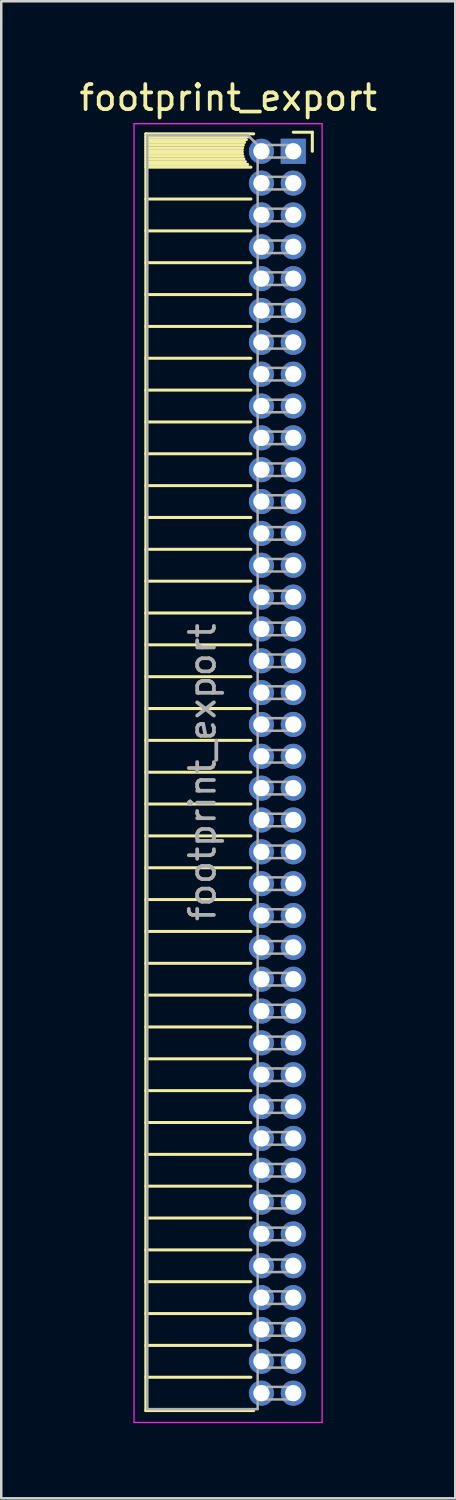
<source format=kicad_pcb>
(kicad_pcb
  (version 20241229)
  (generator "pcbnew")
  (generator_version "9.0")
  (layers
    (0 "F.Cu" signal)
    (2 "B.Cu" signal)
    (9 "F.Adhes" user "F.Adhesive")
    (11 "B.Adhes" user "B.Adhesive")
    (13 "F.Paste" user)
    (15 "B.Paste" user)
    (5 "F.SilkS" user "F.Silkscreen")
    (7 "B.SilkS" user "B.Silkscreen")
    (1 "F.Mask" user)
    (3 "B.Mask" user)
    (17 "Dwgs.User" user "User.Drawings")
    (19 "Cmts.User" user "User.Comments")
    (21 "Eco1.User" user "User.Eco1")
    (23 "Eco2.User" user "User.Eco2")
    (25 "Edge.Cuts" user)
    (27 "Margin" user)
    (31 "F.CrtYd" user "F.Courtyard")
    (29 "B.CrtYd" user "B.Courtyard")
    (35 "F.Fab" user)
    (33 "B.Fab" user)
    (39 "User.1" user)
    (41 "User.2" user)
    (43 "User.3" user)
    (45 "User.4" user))
  (footprint "footprint_export"
    (layer "F.Cu")
    (at 8.646 2.983)
    (property "Reference" "footprint_export" (at -2.592 -2.135 0) (layer "F.SilkS") (effects (font (size 1 1) (thickness 0.15))))
    (attr through_hole)
    (fp_line (start -5.88 -0.695) (end -5.88 50.225) (stroke (width 0.12) (type solid)) (layer "F.SilkS"))
    (fp_line (start -5.88 -0.695) (end -1.578 -0.695) (stroke (width 0.12) (type solid)) (layer "F.SilkS"))
    (fp_line (start -5.88 -0.575) (end -1.767 -0.575) (stroke (width 0.12) (type solid)) (layer "F.SilkS"))
    (fp_line (start -5.88 -0.465) (end -1.871 -0.465) (stroke (width 0.12) (type solid)) (layer "F.SilkS"))
    (fp_line (start -5.88 -0.355) (end -1.942 -0.355) (stroke (width 0.12) (type solid)) (layer "F.SilkS"))
    (fp_line (start -5.88 -0.245) (end -1.989 -0.245) (stroke (width 0.12) (type solid)) (layer "F.SilkS"))
    (fp_line (start -5.88 -0.135) (end -2.018 -0.135) (stroke (width 0.12) (type solid)) (layer "F.SilkS"))
    (fp_line (start -5.88 -0.025) (end -2.03 -0.025) (stroke (width 0.12) (type solid)) (layer "F.SilkS"))
    (fp_line (start -5.88 0.085) (end -2.025 0.085) (stroke (width 0.12) (type solid)) (layer "F.SilkS"))
    (fp_line (start -5.88 0.195) (end -2.005 0.195) (stroke (width 0.12) (type solid)) (layer "F.SilkS"))
    (fp_line (start -5.88 0.305) (end -1.966 0.305) (stroke (width 0.12) (type solid)) (layer "F.SilkS"))
    (fp_line (start -5.88 0.415) (end -1.907 0.415) (stroke (width 0.12) (type solid)) (layer "F.SilkS"))
    (fp_line (start -5.88 0.525) (end -1.82 0.525) (stroke (width 0.12) (type solid)) (layer "F.SilkS"))
    (fp_line (start -5.88 0.635) (end -1.688 0.635) (stroke (width 0.12) (type solid)) (layer "F.SilkS"))
    (fp_line (start -5.88 1.905) (end -1.688 1.905) (stroke (width 0.12) (type solid)) (layer "F.SilkS"))
    (fp_line (start -5.88 3.175) (end -1.688 3.175) (stroke (width 0.12) (type solid)) (layer "F.SilkS"))
    (fp_line (start -5.88 4.445) (end -1.688 4.445) (stroke (width 0.12) (type solid)) (layer "F.SilkS"))
    (fp_line (start -5.88 5.715) (end -1.688 5.715) (stroke (width 0.12) (type solid)) (layer "F.SilkS"))
    (fp_line (start -5.88 6.985) (end -1.688 6.985) (stroke (width 0.12) (type solid)) (layer "F.SilkS"))
    (fp_line (start -5.88 8.255) (end -1.688 8.255) (stroke (width 0.12) (type solid)) (layer "F.SilkS"))
    (fp_line (start -5.88 9.525) (end -1.688 9.525) (stroke (width 0.12) (type solid)) (layer "F.SilkS"))
    (fp_line (start -5.88 10.795) (end -1.688 10.795) (stroke (width 0.12) (type solid)) (layer "F.SilkS"))
    (fp_line (start -5.88 12.065) (end -1.688 12.065) (stroke (width 0.12) (type solid)) (layer "F.SilkS"))
    (fp_line (start -5.88 13.335) (end -1.688 13.335) (stroke (width 0.12) (type solid)) (layer "F.SilkS"))
    (fp_line (start -5.88 14.605) (end -1.688 14.605) (stroke (width 0.12) (type solid)) (layer "F.SilkS"))
    (fp_line (start -5.88 15.875) (end -1.688 15.875) (stroke (width 0.12) (type solid)) (layer "F.SilkS"))
    (fp_line (start -5.88 17.145) (end -1.688 17.145) (stroke (width 0.12) (type solid)) (layer "F.SilkS"))
    (fp_line (start -5.88 18.415) (end -1.688 18.415) (stroke (width 0.12) (type solid)) (layer "F.SilkS"))
    (fp_line (start -5.88 19.685) (end -1.688 19.685) (stroke (width 0.12) (type solid)) (layer "F.SilkS"))
    (fp_line (start -5.88 20.955) (end -1.688 20.955) (stroke (width 0.12) (type solid)) (layer "F.SilkS"))
    (fp_line (start -5.88 22.225) (end -1.688 22.225) (stroke (width 0.12) (type solid)) (layer "F.SilkS"))
    (fp_line (start -5.88 23.495) (end -1.688 23.495) (stroke (width 0.12) (type solid)) (layer "F.SilkS"))
    (fp_line (start -5.88 24.765) (end -1.688 24.765) (stroke (width 0.12) (type solid)) (layer "F.SilkS"))
    (fp_line (start -5.88 26.035) (end -1.688 26.035) (stroke (width 0.12) (type solid)) (layer "F.SilkS"))
    (fp_line (start -5.88 27.305) (end -1.688 27.305) (stroke (width 0.12) (type solid)) (layer "F.SilkS"))
    (fp_line (start -5.88 28.575) (end -1.688 28.575) (stroke (width 0.12) (type solid)) (layer "F.SilkS"))
    (fp_line (start -5.88 29.845) (end -1.688 29.845) (stroke (width 0.12) (type solid)) (layer "F.SilkS"))
    (fp_line (start -5.88 31.115) (end -1.688 31.115) (stroke (width 0.12) (type solid)) (layer "F.SilkS"))
    (fp_line (start -5.88 32.385) (end -1.688 32.385) (stroke (width 0.12) (type solid)) (layer "F.SilkS"))
    (fp_line (start -5.88 33.655) (end -1.688 33.655) (stroke (width 0.12) (type solid)) (layer "F.SilkS"))
    (fp_line (start -5.88 34.925) (end -1.688 34.925) (stroke (width 0.12) (type solid)) (layer "F.SilkS"))
    (fp_line (start -5.88 36.195) (end -1.688 36.195) (stroke (width 0.12) (type solid)) (layer "F.SilkS"))
    (fp_line (start -5.88 37.465) (end -1.688 37.465) (stroke (width 0.12) (type solid)) (layer "F.SilkS"))
    (fp_line (start -5.88 38.735) (end -1.688 38.735) (stroke (width 0.12) (type solid)) (layer "F.SilkS"))
    (fp_line (start -5.88 40.005) (end -1.688 40.005) (stroke (width 0.12) (type solid)) (layer "F.SilkS"))
    (fp_line (start -5.88 41.275) (end -1.688 41.275) (stroke (width 0.12) (type solid)) (layer "F.SilkS"))
    (fp_line (start -5.88 42.545) (end -1.688 42.545) (stroke (width 0.12) (type solid)) (layer "F.SilkS"))
    (fp_line (start -5.88 43.815) (end -1.688 43.815) (stroke (width 0.12) (type solid)) (layer "F.SilkS"))
    (fp_line (start -5.88 45.085) (end -1.688 45.085) (stroke (width 0.12) (type solid)) (layer "F.SilkS"))
    (fp_line (start -5.88 46.355) (end -1.688 46.355) (stroke (width 0.12) (type solid)) (layer "F.SilkS"))
    (fp_line (start -5.88 47.625) (end -1.688 47.625) (stroke (width 0.12) (type solid)) (layer "F.SilkS"))
    (fp_line (start -5.88 48.895) (end -1.688 48.895) (stroke (width 0.12) (type solid)) (layer "F.SilkS"))
    (fp_line (start -5.88 50.225) (end -1.578 50.225) (stroke (width 0.12) (type solid)) (layer "F.SilkS"))
    (fp_line (start 0 -0.76) (end 0.76 -0.76) (stroke (width 0.12) (type solid)) (layer "F.SilkS"))
    (fp_line (start 0.76 -0.76) (end 0.76 0) (stroke (width 0.12) (type solid)) (layer "F.SilkS"))
    (fp_line (start -6.35 -1.1) (end -6.35 50.7) (stroke (width 0.05) (type solid)) (layer "F.CrtYd"))
    (fp_line (start -6.35 50.7) (end 1.15 50.7) (stroke (width 0.05) (type solid)) (layer "F.CrtYd"))
    (fp_line (start 1.15 -1.1) (end -6.35 -1.1) (stroke (width 0.05) (type solid)) (layer "F.CrtYd"))
    (fp_line (start 1.15 50.7) (end 1.15 -1.1) (stroke (width 0.05) (type solid)) (layer "F.CrtYd"))
    (fp_line (start -5.82 -0.635) (end -1.805 -0.635) (stroke (width 0.1) (type solid)) (layer "F.Fab"))
    (fp_line (start -5.82 50.165) (end -5.82 -0.635) (stroke (width 0.1) (type solid)) (layer "F.Fab"))
    (fp_line (start -1.805 -0.635) (end -1.42 -0.25) (stroke (width 0.1) (type solid)) (layer "F.Fab"))
    (fp_line (start -1.42 -0.25) (end -1.42 50.165) (stroke (width 0.1) (type solid)) (layer "F.Fab"))
    (fp_line (start -1.42 0.25) (end 0 0.25) (stroke (width 0.1) (type solid)) (layer "F.Fab"))
    (fp_line (start -1.42 1.52) (end 0 1.52) (stroke (width 0.1) (type solid)) (layer "F.Fab"))
    (fp_line (start -1.42 2.79) (end 0 2.79) (stroke (width 0.1) (type solid)) (layer "F.Fab"))
    (fp_line (start -1.42 4.06) (end 0 4.06) (stroke (width 0.1) (type solid)) (layer "F.Fab"))
    (fp_line (start -1.42 5.33) (end 0 5.33) (stroke (width 0.1) (type solid)) (layer "F.Fab"))
    (fp_line (start -1.42 6.6) (end 0 6.6) (stroke (width 0.1) (type solid)) (layer "F.Fab"))
    (fp_line (start -1.42 7.87) (end 0 7.87) (stroke (width 0.1) (type solid)) (layer "F.Fab"))
    (fp_line (start -1.42 9.14) (end 0 9.14) (stroke (width 0.1) (type solid)) (layer "F.Fab"))
    (fp_line (start -1.42 10.41) (end 0 10.41) (stroke (width 0.1) (type solid)) (layer "F.Fab"))
    (fp_line (start -1.42 11.68) (end 0 11.68) (stroke (width 0.1) (type solid)) (layer "F.Fab"))
    (fp_line (start -1.42 12.95) (end 0 12.95) (stroke (width 0.1) (type solid)) (layer "F.Fab"))
    (fp_line (start -1.42 14.22) (end 0 14.22) (stroke (width 0.1) (type solid)) (layer "F.Fab"))
    (fp_line (start -1.42 15.49) (end 0 15.49) (stroke (width 0.1) (type solid)) (layer "F.Fab"))
    (fp_line (start -1.42 16.76) (end 0 16.76) (stroke (width 0.1) (type solid)) (layer "F.Fab"))
    (fp_line (start -1.42 18.03) (end 0 18.03) (stroke (width 0.1) (type solid)) (layer "F.Fab"))
    (fp_line (start -1.42 19.3) (end 0 19.3) (stroke (width 0.1) (type solid)) (layer "F.Fab"))
    (fp_line (start -1.42 20.57) (end 0 20.57) (stroke (width 0.1) (type solid)) (layer "F.Fab"))
    (fp_line (start -1.42 21.84) (end 0 21.84) (stroke (width 0.1) (type solid)) (layer "F.Fab"))
    (fp_line (start -1.42 23.11) (end 0 23.11) (stroke (width 0.1) (type solid)) (layer "F.Fab"))
    (fp_line (start -1.42 24.38) (end 0 24.38) (stroke (width 0.1) (type solid)) (layer "F.Fab"))
    (fp_line (start -1.42 25.65) (end 0 25.65) (stroke (width 0.1) (type solid)) (layer "F.Fab"))
    (fp_line (start -1.42 26.92) (end 0 26.92) (stroke (width 0.1) (type solid)) (layer "F.Fab"))
    (fp_line (start -1.42 28.19) (end 0 28.19) (stroke (width 0.1) (type solid)) (layer "F.Fab"))
    (fp_line (start -1.42 29.46) (end 0 29.46) (stroke (width 0.1) (type solid)) (layer "F.Fab"))
    (fp_line (start -1.42 30.73) (end 0 30.73) (stroke (width 0.1) (type solid)) (layer "F.Fab"))
    (fp_line (start -1.42 32) (end 0 32) (stroke (width 0.1) (type solid)) (layer "F.Fab"))
    (fp_line (start -1.42 33.27) (end 0 33.27) (stroke (width 0.1) (type solid)) (layer "F.Fab"))
    (fp_line (start -1.42 34.54) (end 0 34.54) (stroke (width 0.1) (type solid)) (layer "F.Fab"))
    (fp_line (start -1.42 35.81) (end 0 35.81) (stroke (width 0.1) (type solid)) (layer "F.Fab"))
    (fp_line (start -1.42 37.08) (end 0 37.08) (stroke (width 0.1) (type solid)) (layer "F.Fab"))
    (fp_line (start -1.42 38.35) (end 0 38.35) (stroke (width 0.1) (type solid)) (layer "F.Fab"))
    (fp_line (start -1.42 39.62) (end 0 39.62) (stroke (width 0.1) (type solid)) (layer "F.Fab"))
    (fp_line (start -1.42 40.89) (end 0 40.89) (stroke (width 0.1) (type solid)) (layer "F.Fab"))
    (fp_line (start -1.42 42.16) (end 0 42.16) (stroke (width 0.1) (type solid)) (layer "F.Fab"))
    (fp_line (start -1.42 43.43) (end 0 43.43) (stroke (width 0.1) (type solid)) (layer "F.Fab"))
    (fp_line (start -1.42 44.7) (end 0 44.7) (stroke (width 0.1) (type solid)) (layer "F.Fab"))
    (fp_line (start -1.42 45.97) (end 0 45.97) (stroke (width 0.1) (type solid)) (layer "F.Fab"))
    (fp_line (start -1.42 47.24) (end 0 47.24) (stroke (width 0.1) (type solid)) (layer "F.Fab"))
    (fp_line (start -1.42 48.51) (end 0 48.51) (stroke (width 0.1) (type solid)) (layer "F.Fab"))
    (fp_line (start -1.42 49.78) (end 0 49.78) (stroke (width 0.1) (type solid)) (layer "F.Fab"))
    (fp_line (start -1.42 50.165) (end -5.82 50.165) (stroke (width 0.1) (type solid)) (layer "F.Fab"))
    (fp_line (start 0 -0.25) (end -1.42 -0.25) (stroke (width 0.1) (type solid)) (layer "F.Fab"))
    (fp_line (start 0 0.25) (end 0 -0.25) (stroke (width 0.1) (type solid)) (layer "F.Fab"))
    (fp_line (start 0 1.02) (end -1.42 1.02) (stroke (width 0.1) (type solid)) (layer "F.Fab"))
    (fp_line (start 0 1.52) (end 0 1.02) (stroke (width 0.1) (type solid)) (layer "F.Fab"))
    (fp_line (start 0 2.29) (end -1.42 2.29) (stroke (width 0.1) (type solid)) (layer "F.Fab"))
    (fp_line (start 0 2.79) (end 0 2.29) (stroke (width 0.1) (type solid)) (layer "F.Fab"))
    (fp_line (start 0 3.56) (end -1.42 3.56) (stroke (width 0.1) (type solid)) (layer "F.Fab"))
    (fp_line (start 0 4.06) (end 0 3.56) (stroke (width 0.1) (type solid)) (layer "F.Fab"))
    (fp_line (start 0 4.83) (end -1.42 4.83) (stroke (width 0.1) (type solid)) (layer "F.Fab"))
    (fp_line (start 0 5.33) (end 0 4.83) (stroke (width 0.1) (type solid)) (layer "F.Fab"))
    (fp_line (start 0 6.1) (end -1.42 6.1) (stroke (width 0.1) (type solid)) (layer "F.Fab"))
    (fp_line (start 0 6.6) (end 0 6.1) (stroke (width 0.1) (type solid)) (layer "F.Fab"))
    (fp_line (start 0 7.37) (end -1.42 7.37) (stroke (width 0.1) (type solid)) (layer "F.Fab"))
    (fp_line (start 0 7.87) (end 0 7.37) (stroke (width 0.1) (type solid)) (layer "F.Fab"))
    (fp_line (start 0 8.64) (end -1.42 8.64) (stroke (width 0.1) (type solid)) (layer "F.Fab"))
    (fp_line (start 0 9.14) (end 0 8.64) (stroke (width 0.1) (type solid)) (layer "F.Fab"))
    (fp_line (start 0 9.91) (end -1.42 9.91) (stroke (width 0.1) (type solid)) (layer "F.Fab"))
    (fp_line (start 0 10.41) (end 0 9.91) (stroke (width 0.1) (type solid)) (layer "F.Fab"))
    (fp_line (start 0 11.18) (end -1.42 11.18) (stroke (width 0.1) (type solid)) (layer "F.Fab"))
    (fp_line (start 0 11.68) (end 0 11.18) (stroke (width 0.1) (type solid)) (layer "F.Fab"))
    (fp_line (start 0 12.45) (end -1.42 12.45) (stroke (width 0.1) (type solid)) (layer "F.Fab"))
    (fp_line (start 0 12.95) (end 0 12.45) (stroke (width 0.1) (type solid)) (layer "F.Fab"))
    (fp_line (start 0 13.72) (end -1.42 13.72) (stroke (width 0.1) (type solid)) (layer "F.Fab"))
    (fp_line (start 0 14.22) (end 0 13.72) (stroke (width 0.1) (type solid)) (layer "F.Fab"))
    (fp_line (start 0 14.99) (end -1.42 14.99) (stroke (width 0.1) (type solid)) (layer "F.Fab"))
    (fp_line (start 0 15.49) (end 0 14.99) (stroke (width 0.1) (type solid)) (layer "F.Fab"))
    (fp_line (start 0 16.26) (end -1.42 16.26) (stroke (width 0.1) (type solid)) (layer "F.Fab"))
    (fp_line (start 0 16.76) (end 0 16.26) (stroke (width 0.1) (type solid)) (layer "F.Fab"))
    (fp_line (start 0 17.53) (end -1.42 17.53) (stroke (width 0.1) (type solid)) (layer "F.Fab"))
    (fp_line (start 0 18.03) (end 0 17.53) (stroke (width 0.1) (type solid)) (layer "F.Fab"))
    (fp_line (start 0 18.8) (end -1.42 18.8) (stroke (width 0.1) (type solid)) (layer "F.Fab"))
    (fp_line (start 0 19.3) (end 0 18.8) (stroke (width 0.1) (type solid)) (layer "F.Fab"))
    (fp_line (start 0 20.07) (end -1.42 20.07) (stroke (width 0.1) (type solid)) (layer "F.Fab"))
    (fp_line (start 0 20.57) (end 0 20.07) (stroke (width 0.1) (type solid)) (layer "F.Fab"))
    (fp_line (start 0 21.34) (end -1.42 21.34) (stroke (width 0.1) (type solid)) (layer "F.Fab"))
    (fp_line (start 0 21.84) (end 0 21.34) (stroke (width 0.1) (type solid)) (layer "F.Fab"))
    (fp_line (start 0 22.61) (end -1.42 22.61) (stroke (width 0.1) (type solid)) (layer "F.Fab"))
    (fp_line (start 0 23.11) (end 0 22.61) (stroke (width 0.1) (type solid)) (layer "F.Fab"))
    (fp_line (start 0 23.88) (end -1.42 23.88) (stroke (width 0.1) (type solid)) (layer "F.Fab"))
    (fp_line (start 0 24.38) (end 0 23.88) (stroke (width 0.1) (type solid)) (layer "F.Fab"))
    (fp_line (start 0 25.15) (end -1.42 25.15) (stroke (width 0.1) (type solid)) (layer "F.Fab"))
    (fp_line (start 0 25.65) (end 0 25.15) (stroke (width 0.1) (type solid)) (layer "F.Fab"))
    (fp_line (start 0 26.42) (end -1.42 26.42) (stroke (width 0.1) (type solid)) (layer "F.Fab"))
    (fp_line (start 0 26.92) (end 0 26.42) (stroke (width 0.1) (type solid)) (layer "F.Fab"))
    (fp_line (start 0 27.69) (end -1.42 27.69) (stroke (width 0.1) (type solid)) (layer "F.Fab"))
    (fp_line (start 0 28.19) (end 0 27.69) (stroke (width 0.1) (type solid)) (layer "F.Fab"))
    (fp_line (start 0 28.96) (end -1.42 28.96) (stroke (width 0.1) (type solid)) (layer "F.Fab"))
    (fp_line (start 0 29.46) (end 0 28.96) (stroke (width 0.1) (type solid)) (layer "F.Fab"))
    (fp_line (start 0 30.23) (end -1.42 30.23) (stroke (width 0.1) (type solid)) (layer "F.Fab"))
    (fp_line (start 0 30.73) (end 0 30.23) (stroke (width 0.1) (type solid)) (layer "F.Fab"))
    (fp_line (start 0 31.5) (end -1.42 31.5) (stroke (width 0.1) (type solid)) (layer "F.Fab"))
    (fp_line (start 0 32) (end 0 31.5) (stroke (width 0.1) (type solid)) (layer "F.Fab"))
    (fp_line (start 0 32.77) (end -1.42 32.77) (stroke (width 0.1) (type solid)) (layer "F.Fab"))
    (fp_line (start 0 33.27) (end 0 32.77) (stroke (width 0.1) (type solid)) (layer "F.Fab"))
    (fp_line (start 0 34.04) (end -1.42 34.04) (stroke (width 0.1) (type solid)) (layer "F.Fab"))
    (fp_line (start 0 34.54) (end 0 34.04) (stroke (width 0.1) (type solid)) (layer "F.Fab"))
    (fp_line (start 0 35.31) (end -1.42 35.31) (stroke (width 0.1) (type solid)) (layer "F.Fab"))
    (fp_line (start 0 35.81) (end 0 35.31) (stroke (width 0.1) (type solid)) (layer "F.Fab"))
    (fp_line (start 0 36.58) (end -1.42 36.58) (stroke (width 0.1) (type solid)) (layer "F.Fab"))
    (fp_line (start 0 37.08) (end 0 36.58) (stroke (width 0.1) (type solid)) (layer "F.Fab"))
    (fp_line (start 0 37.85) (end -1.42 37.85) (stroke (width 0.1) (type solid)) (layer "F.Fab"))
    (fp_line (start 0 38.35) (end 0 37.85) (stroke (width 0.1) (type solid)) (layer "F.Fab"))
    (fp_line (start 0 39.12) (end -1.42 39.12) (stroke (width 0.1) (type solid)) (layer "F.Fab"))
    (fp_line (start 0 39.62) (end 0 39.12) (stroke (width 0.1) (type solid)) (layer "F.Fab"))
    (fp_line (start 0 40.39) (end -1.42 40.39) (stroke (width 0.1) (type solid)) (layer "F.Fab"))
    (fp_line (start 0 40.89) (end 0 40.39) (stroke (width 0.1) (type solid)) (layer "F.Fab"))
    (fp_line (start 0 41.66) (end -1.42 41.66) (stroke (width 0.1) (type solid)) (layer "F.Fab"))
    (fp_line (start 0 42.16) (end 0 41.66) (stroke (width 0.1) (type solid)) (layer "F.Fab"))
    (fp_line (start 0 42.93) (end -1.42 42.93) (stroke (width 0.1) (type solid)) (layer "F.Fab"))
    (fp_line (start 0 43.43) (end 0 42.93) (stroke (width 0.1) (type solid)) (layer "F.Fab"))
    (fp_line (start 0 44.2) (end -1.42 44.2) (stroke (width 0.1) (type solid)) (layer "F.Fab"))
    (fp_line (start 0 44.7) (end 0 44.2) (stroke (width 0.1) (type solid)) (layer "F.Fab"))
    (fp_line (start 0 45.47) (end -1.42 45.47) (stroke (width 0.1) (type solid)) (layer "F.Fab"))
    (fp_line (start 0 45.97) (end 0 45.47) (stroke (width 0.1) (type solid)) (layer "F.Fab"))
    (fp_line (start 0 46.74) (end -1.42 46.74) (stroke (width 0.1) (type solid)) (layer "F.Fab"))
    (fp_line (start 0 47.24) (end 0 46.74) (stroke (width 0.1) (type solid)) (layer "F.Fab"))
    (fp_line (start 0 48.01) (end -1.42 48.01) (stroke (width 0.1) (type solid)) (layer "F.Fab"))
    (fp_line (start 0 48.51) (end 0 48.01) (stroke (width 0.1) (type solid)) (layer "F.Fab"))
    (fp_line (start 0 49.28) (end -1.42 49.28) (stroke (width 0.1) (type solid)) (layer "F.Fab"))
    (fp_line (start 0 49.78) (end 0 49.28) (stroke (width 0.1) (type solid)) (layer "F.Fab"))
    (fp_text user "${REFERENCE}" (at -3.62 24.765 90) (layer "F.Fab") (effects (font (size 1 1) (thickness 0.15))))
    (pad "1" thru_hole rect (at 0 0) (size 1 1) (drill 0.65) (layers "*.Cu" "*.Mask"))
    (pad "2" thru_hole oval (at -1.27 0) (size 1 1) (drill 0.65) (layers "*.Cu" "*.Mask"))
    (pad "3" thru_hole oval (at 0 1.27) (size 1 1) (drill 0.65) (layers "*.Cu" "*.Mask"))
    (pad "4" thru_hole oval (at -1.27 1.27) (size 1 1) (drill 0.65) (layers "*.Cu" "*.Mask"))
    (pad "5" thru_hole oval (at 0 2.54) (size 1 1) (drill 0.65) (layers "*.Cu" "*.Mask"))
    (pad "6" thru_hole oval (at -1.27 2.54) (size 1 1) (drill 0.65) (layers "*.Cu" "*.Mask"))
    (pad "7" thru_hole oval (at 0 3.81) (size 1 1) (drill 0.65) (layers "*.Cu" "*.Mask"))
    (pad "8" thru_hole oval (at -1.27 3.81) (size 1 1) (drill 0.65) (layers "*.Cu" "*.Mask"))
    (pad "9" thru_hole oval (at 0 5.08) (size 1 1) (drill 0.65) (layers "*.Cu" "*.Mask"))
    (pad "10" thru_hole oval (at -1.27 5.08) (size 1 1) (drill 0.65) (layers "*.Cu" "*.Mask"))
    (pad "11" thru_hole oval (at 0 6.35) (size 1 1) (drill 0.65) (layers "*.Cu" "*.Mask"))
    (pad "12" thru_hole oval (at -1.27 6.35) (size 1 1) (drill 0.65) (layers "*.Cu" "*.Mask"))
    (pad "13" thru_hole oval (at 0 7.62) (size 1 1) (drill 0.65) (layers "*.Cu" "*.Mask"))
    (pad "14" thru_hole oval (at -1.27 7.62) (size 1 1) (drill 0.65) (layers "*.Cu" "*.Mask"))
    (pad "15" thru_hole oval (at 0 8.89) (size 1 1) (drill 0.65) (layers "*.Cu" "*.Mask"))
    (pad "16" thru_hole oval (at -1.27 8.89) (size 1 1) (drill 0.65) (layers "*.Cu" "*.Mask"))
    (pad "17" thru_hole oval (at 0 10.16) (size 1 1) (drill 0.65) (layers "*.Cu" "*.Mask"))
    (pad "18" thru_hole oval (at -1.27 10.16) (size 1 1) (drill 0.65) (layers "*.Cu" "*.Mask"))
    (pad "19" thru_hole oval (at 0 11.43) (size 1 1) (drill 0.65) (layers "*.Cu" "*.Mask"))
    (pad "20" thru_hole oval (at -1.27 11.43) (size 1 1) (drill 0.65) (layers "*.Cu" "*.Mask"))
    (pad "21" thru_hole oval (at 0 12.7) (size 1 1) (drill 0.65) (layers "*.Cu" "*.Mask"))
    (pad "22" thru_hole oval (at -1.27 12.7) (size 1 1) (drill 0.65) (layers "*.Cu" "*.Mask"))
    (pad "23" thru_hole oval (at 0 13.97) (size 1 1) (drill 0.65) (layers "*.Cu" "*.Mask"))
    (pad "24" thru_hole oval (at -1.27 13.97) (size 1 1) (drill 0.65) (layers "*.Cu" "*.Mask"))
    (pad "25" thru_hole oval (at 0 15.24) (size 1 1) (drill 0.65) (layers "*.Cu" "*.Mask"))
    (pad "26" thru_hole oval (at -1.27 15.24) (size 1 1) (drill 0.65) (layers "*.Cu" "*.Mask"))
    (pad "27" thru_hole oval (at 0 16.51) (size 1 1) (drill 0.65) (layers "*.Cu" "*.Mask"))
    (pad "28" thru_hole oval (at -1.27 16.51) (size 1 1) (drill 0.65) (layers "*.Cu" "*.Mask"))
    (pad "29" thru_hole oval (at 0 17.78) (size 1 1) (drill 0.65) (layers "*.Cu" "*.Mask"))
    (pad "30" thru_hole oval (at -1.27 17.78) (size 1 1) (drill 0.65) (layers "*.Cu" "*.Mask"))
    (pad "31" thru_hole oval (at 0 19.05) (size 1 1) (drill 0.65) (layers "*.Cu" "*.Mask"))
    (pad "32" thru_hole oval (at -1.27 19.05) (size 1 1) (drill 0.65) (layers "*.Cu" "*.Mask"))
    (pad "33" thru_hole oval (at 0 20.32) (size 1 1) (drill 0.65) (layers "*.Cu" "*.Mask"))
    (pad "34" thru_hole oval (at -1.27 20.32) (size 1 1) (drill 0.65) (layers "*.Cu" "*.Mask"))
    (pad "35" thru_hole oval (at 0 21.59) (size 1 1) (drill 0.65) (layers "*.Cu" "*.Mask"))
    (pad "36" thru_hole oval (at -1.27 21.59) (size 1 1) (drill 0.65) (layers "*.Cu" "*.Mask"))
    (pad "37" thru_hole oval (at 0 22.86) (size 1 1) (drill 0.65) (layers "*.Cu" "*.Mask"))
    (pad "38" thru_hole oval (at -1.27 22.86) (size 1 1) (drill 0.65) (layers "*.Cu" "*.Mask"))
    (pad "39" thru_hole oval (at 0 24.13) (size 1 1) (drill 0.65) (layers "*.Cu" "*.Mask"))
    (pad "40" thru_hole oval (at -1.27 24.13) (size 1 1) (drill 0.65) (layers "*.Cu" "*.Mask"))
    (pad "41" thru_hole oval (at 0 25.4) (size 1 1) (drill 0.65) (layers "*.Cu" "*.Mask"))
    (pad "42" thru_hole oval (at -1.27 25.4) (size 1 1) (drill 0.65) (layers "*.Cu" "*.Mask"))
    (pad "43" thru_hole oval (at 0 26.67) (size 1 1) (drill 0.65) (layers "*.Cu" "*.Mask"))
    (pad "44" thru_hole oval (at -1.27 26.67) (size 1 1) (drill 0.65) (layers "*.Cu" "*.Mask"))
    (pad "45" thru_hole oval (at 0 27.94) (size 1 1) (drill 0.65) (layers "*.Cu" "*.Mask"))
    (pad "46" thru_hole oval (at -1.27 27.94) (size 1 1) (drill 0.65) (layers "*.Cu" "*.Mask"))
    (pad "47" thru_hole oval (at 0 29.21) (size 1 1) (drill 0.65) (layers "*.Cu" "*.Mask"))
    (pad "48" thru_hole oval (at -1.27 29.21) (size 1 1) (drill 0.65) (layers "*.Cu" "*.Mask"))
    (pad "49" thru_hole oval (at 0 30.48) (size 1 1) (drill 0.65) (layers "*.Cu" "*.Mask"))
    (pad "50" thru_hole oval (at -1.27 30.48) (size 1 1) (drill 0.65) (layers "*.Cu" "*.Mask"))
    (pad "51" thru_hole oval (at 0 31.75) (size 1 1) (drill 0.65) (layers "*.Cu" "*.Mask"))
    (pad "52" thru_hole oval (at -1.27 31.75) (size 1 1) (drill 0.65) (layers "*.Cu" "*.Mask"))
    (pad "53" thru_hole oval (at 0 33.02) (size 1 1) (drill 0.65) (layers "*.Cu" "*.Mask"))
    (pad "54" thru_hole oval (at -1.27 33.02) (size 1 1) (drill 0.65) (layers "*.Cu" "*.Mask"))
    (pad "55" thru_hole oval (at 0 34.29) (size 1 1) (drill 0.65) (layers "*.Cu" "*.Mask"))
    (pad "56" thru_hole oval (at -1.27 34.29) (size 1 1) (drill 0.65) (layers "*.Cu" "*.Mask"))
    (pad "57" thru_hole oval (at 0 35.56) (size 1 1) (drill 0.65) (layers "*.Cu" "*.Mask"))
    (pad "58" thru_hole oval (at -1.27 35.56) (size 1 1) (drill 0.65) (layers "*.Cu" "*.Mask"))
    (pad "59" thru_hole oval (at 0 36.83) (size 1 1) (drill 0.65) (layers "*.Cu" "*.Mask"))
    (pad "60" thru_hole oval (at -1.27 36.83) (size 1 1) (drill 0.65) (layers "*.Cu" "*.Mask"))
    (pad "61" thru_hole oval (at 0 38.1) (size 1 1) (drill 0.65) (layers "*.Cu" "*.Mask"))
    (pad "62" thru_hole oval (at -1.27 38.1) (size 1 1) (drill 0.65) (layers "*.Cu" "*.Mask"))
    (pad "63" thru_hole oval (at 0 39.37) (size 1 1) (drill 0.65) (layers "*.Cu" "*.Mask"))
    (pad "64" thru_hole oval (at -1.27 39.37) (size 1 1) (drill 0.65) (layers "*.Cu" "*.Mask"))
    (pad "65" thru_hole oval (at 0 40.64) (size 1 1) (drill 0.65) (layers "*.Cu" "*.Mask"))
    (pad "66" thru_hole oval (at -1.27 40.64) (size 1 1) (drill 0.65) (layers "*.Cu" "*.Mask"))
    (pad "67" thru_hole oval (at 0 41.91) (size 1 1) (drill 0.65) (layers "*.Cu" "*.Mask"))
    (pad "68" thru_hole oval (at -1.27 41.91) (size 1 1) (drill 0.65) (layers "*.Cu" "*.Mask"))
    (pad "69" thru_hole oval (at 0 43.18) (size 1 1) (drill 0.65) (layers "*.Cu" "*.Mask"))
    (pad "70" thru_hole oval (at -1.27 43.18) (size 1 1) (drill 0.65) (layers "*.Cu" "*.Mask"))
    (pad "71" thru_hole oval (at 0 44.45) (size 1 1) (drill 0.65) (layers "*.Cu" "*.Mask"))
    (pad "72" thru_hole oval (at -1.27 44.45) (size 1 1) (drill 0.65) (layers "*.Cu" "*.Mask"))
    (pad "73" thru_hole oval (at 0 45.72) (size 1 1) (drill 0.65) (layers "*.Cu" "*.Mask"))
    (pad "74" thru_hole oval (at -1.27 45.72) (size 1 1) (drill 0.65) (layers "*.Cu" "*.Mask"))
    (pad "75" thru_hole oval (at 0 46.99) (size 1 1) (drill 0.65) (layers "*.Cu" "*.Mask"))
    (pad "76" thru_hole oval (at -1.27 46.99) (size 1 1) (drill 0.65) (layers "*.Cu" "*.Mask"))
    (pad "77" thru_hole oval (at 0 48.26) (size 1 1) (drill 0.65) (layers "*.Cu" "*.Mask"))
    (pad "78" thru_hole oval (at -1.27 48.26) (size 1 1) (drill 0.65) (layers "*.Cu" "*.Mask"))
    (pad "79" thru_hole oval (at 0 49.53) (size 1 1) (drill 0.65) (layers "*.Cu" "*.Mask"))
    (pad "80" thru_hole oval (at -1.27 49.53) (size 1 1) (drill 0.65) (layers "*.Cu" "*.Mask")))
  (gr_rect
    (start -3 -3)
    (end 15.107 56.708)
    (stroke (width 0.1) (type default))
    (fill no)
    (layer "Edge.Cuts")))
</source>
